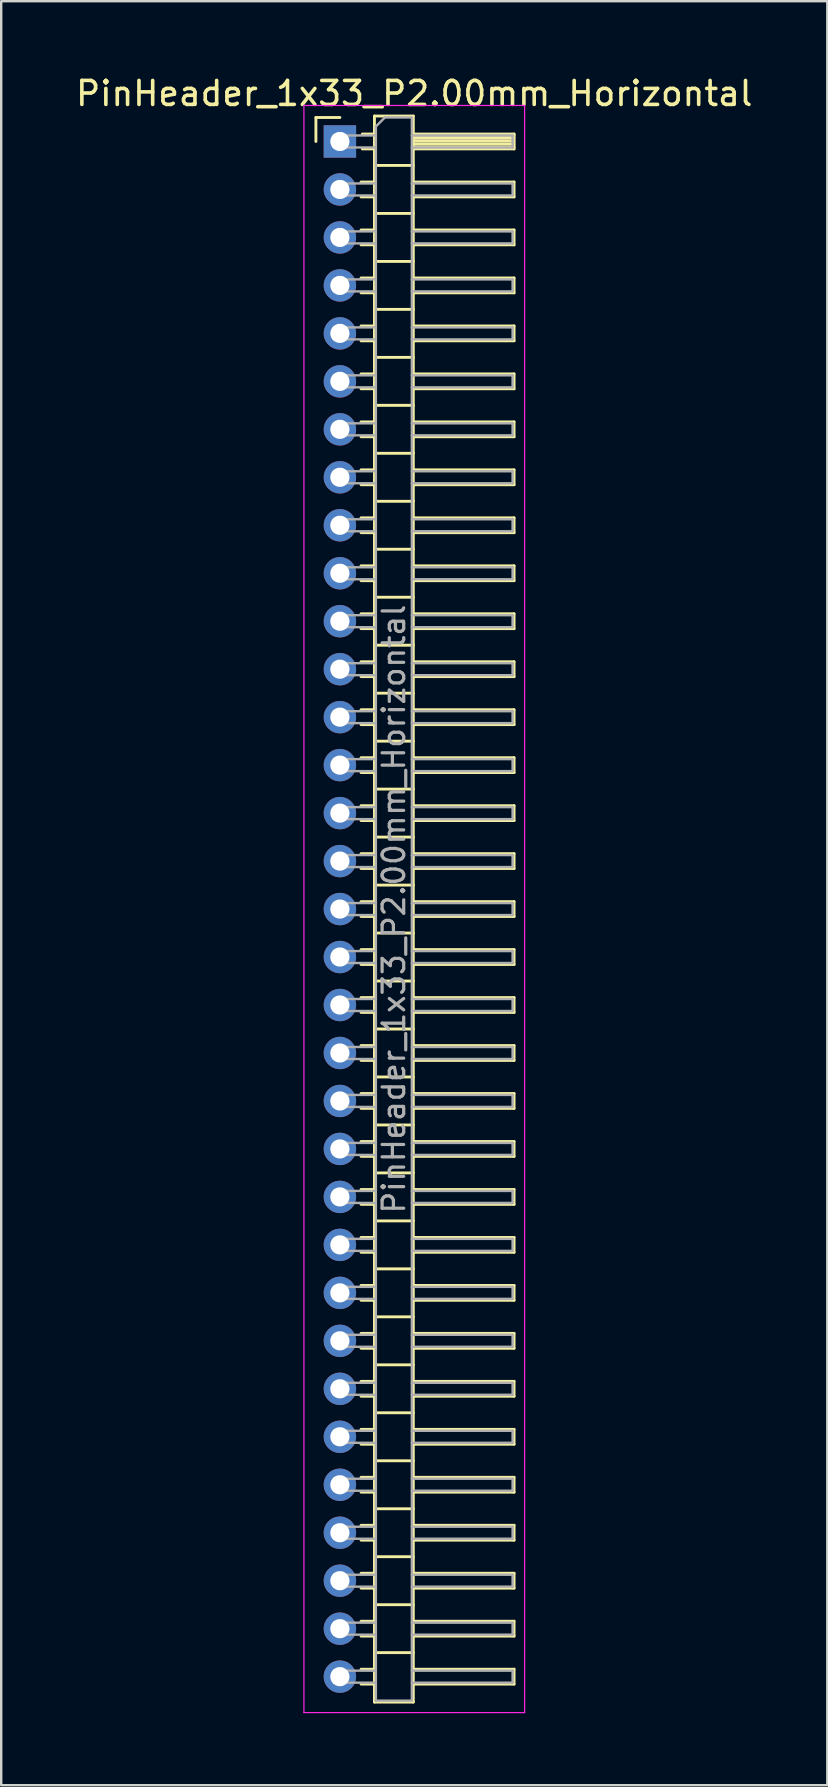
<source format=kicad_pcb>
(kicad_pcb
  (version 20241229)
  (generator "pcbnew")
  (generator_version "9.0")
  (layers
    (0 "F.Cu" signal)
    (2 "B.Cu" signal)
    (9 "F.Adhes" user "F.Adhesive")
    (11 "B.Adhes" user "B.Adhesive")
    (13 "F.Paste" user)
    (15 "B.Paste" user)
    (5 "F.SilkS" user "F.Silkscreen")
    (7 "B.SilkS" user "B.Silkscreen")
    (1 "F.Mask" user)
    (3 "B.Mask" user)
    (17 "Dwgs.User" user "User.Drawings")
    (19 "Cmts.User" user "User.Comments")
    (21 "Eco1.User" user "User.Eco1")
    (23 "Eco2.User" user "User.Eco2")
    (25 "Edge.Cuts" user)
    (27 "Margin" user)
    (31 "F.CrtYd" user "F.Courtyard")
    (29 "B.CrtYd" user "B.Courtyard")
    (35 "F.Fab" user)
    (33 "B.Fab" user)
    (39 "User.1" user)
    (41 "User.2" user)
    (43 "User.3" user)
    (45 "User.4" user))
  (footprint "PinHeader_1x33_P2.00mm_Horizontal"
    (layer "F.Cu")
    (at 11.12 2.848)
    (property "Reference" "PinHeader_1x33_P2.00mm_Horizontal" (at 3.1 -2 0) (layer "F.SilkS") (effects (font (size 1 1) (thickness 0.15))))
    (attr through_hole)
    (fp_line (start -1 -1) (end 0 -1) (stroke (width 0.12) (type solid)) (layer "F.SilkS"))
    (fp_line (start -1 0) (end -1 -1) (stroke (width 0.12) (type solid)) (layer "F.SilkS"))
    (fp_line (start 0.882 1.69) (end 1.44 1.69) (stroke (width 0.12) (type solid)) (layer "F.SilkS"))
    (fp_line (start 0.882 2.31) (end 1.44 2.31) (stroke (width 0.12) (type solid)) (layer "F.SilkS"))
    (fp_line (start 0.882 3.69) (end 1.44 3.69) (stroke (width 0.12) (type solid)) (layer "F.SilkS"))
    (fp_line (start 0.882 4.31) (end 1.44 4.31) (stroke (width 0.12) (type solid)) (layer "F.SilkS"))
    (fp_line (start 0.882 5.69) (end 1.44 5.69) (stroke (width 0.12) (type solid)) (layer "F.SilkS"))
    (fp_line (start 0.882 6.31) (end 1.44 6.31) (stroke (width 0.12) (type solid)) (layer "F.SilkS"))
    (fp_line (start 0.882 7.69) (end 1.44 7.69) (stroke (width 0.12) (type solid)) (layer "F.SilkS"))
    (fp_line (start 0.882 8.31) (end 1.44 8.31) (stroke (width 0.12) (type solid)) (layer "F.SilkS"))
    (fp_line (start 0.882 9.69) (end 1.44 9.69) (stroke (width 0.12) (type solid)) (layer "F.SilkS"))
    (fp_line (start 0.882 10.31) (end 1.44 10.31) (stroke (width 0.12) (type solid)) (layer "F.SilkS"))
    (fp_line (start 0.882 11.69) (end 1.44 11.69) (stroke (width 0.12) (type solid)) (layer "F.SilkS"))
    (fp_line (start 0.882 12.31) (end 1.44 12.31) (stroke (width 0.12) (type solid)) (layer "F.SilkS"))
    (fp_line (start 0.882 13.69) (end 1.44 13.69) (stroke (width 0.12) (type solid)) (layer "F.SilkS"))
    (fp_line (start 0.882 14.31) (end 1.44 14.31) (stroke (width 0.12) (type solid)) (layer "F.SilkS"))
    (fp_line (start 0.882 15.69) (end 1.44 15.69) (stroke (width 0.12) (type solid)) (layer "F.SilkS"))
    (fp_line (start 0.882 16.31) (end 1.44 16.31) (stroke (width 0.12) (type solid)) (layer "F.SilkS"))
    (fp_line (start 0.882 17.69) (end 1.44 17.69) (stroke (width 0.12) (type solid)) (layer "F.SilkS"))
    (fp_line (start 0.882 18.31) (end 1.44 18.31) (stroke (width 0.12) (type solid)) (layer "F.SilkS"))
    (fp_line (start 0.882 19.69) (end 1.44 19.69) (stroke (width 0.12) (type solid)) (layer "F.SilkS"))
    (fp_line (start 0.882 20.31) (end 1.44 20.31) (stroke (width 0.12) (type solid)) (layer "F.SilkS"))
    (fp_line (start 0.882 21.69) (end 1.44 21.69) (stroke (width 0.12) (type solid)) (layer "F.SilkS"))
    (fp_line (start 0.882 22.31) (end 1.44 22.31) (stroke (width 0.12) (type solid)) (layer "F.SilkS"))
    (fp_line (start 0.882 23.69) (end 1.44 23.69) (stroke (width 0.12) (type solid)) (layer "F.SilkS"))
    (fp_line (start 0.882 24.31) (end 1.44 24.31) (stroke (width 0.12) (type solid)) (layer "F.SilkS"))
    (fp_line (start 0.882 25.69) (end 1.44 25.69) (stroke (width 0.12) (type solid)) (layer "F.SilkS"))
    (fp_line (start 0.882 26.31) (end 1.44 26.31) (stroke (width 0.12) (type solid)) (layer "F.SilkS"))
    (fp_line (start 0.882 27.69) (end 1.44 27.69) (stroke (width 0.12) (type solid)) (layer "F.SilkS"))
    (fp_line (start 0.882 28.31) (end 1.44 28.31) (stroke (width 0.12) (type solid)) (layer "F.SilkS"))
    (fp_line (start 0.882 29.69) (end 1.44 29.69) (stroke (width 0.12) (type solid)) (layer "F.SilkS"))
    (fp_line (start 0.882 30.31) (end 1.44 30.31) (stroke (width 0.12) (type solid)) (layer "F.SilkS"))
    (fp_line (start 0.882 31.69) (end 1.44 31.69) (stroke (width 0.12) (type solid)) (layer "F.SilkS"))
    (fp_line (start 0.882 32.31) (end 1.44 32.31) (stroke (width 0.12) (type solid)) (layer "F.SilkS"))
    (fp_line (start 0.882 33.69) (end 1.44 33.69) (stroke (width 0.12) (type solid)) (layer "F.SilkS"))
    (fp_line (start 0.882 34.31) (end 1.44 34.31) (stroke (width 0.12) (type solid)) (layer "F.SilkS"))
    (fp_line (start 0.882 35.69) (end 1.44 35.69) (stroke (width 0.12) (type solid)) (layer "F.SilkS"))
    (fp_line (start 0.882 36.31) (end 1.44 36.31) (stroke (width 0.12) (type solid)) (layer "F.SilkS"))
    (fp_line (start 0.882 37.69) (end 1.44 37.69) (stroke (width 0.12) (type solid)) (layer "F.SilkS"))
    (fp_line (start 0.882 38.31) (end 1.44 38.31) (stroke (width 0.12) (type solid)) (layer "F.SilkS"))
    (fp_line (start 0.882 39.69) (end 1.44 39.69) (stroke (width 0.12) (type solid)) (layer "F.SilkS"))
    (fp_line (start 0.882 40.31) (end 1.44 40.31) (stroke (width 0.12) (type solid)) (layer "F.SilkS"))
    (fp_line (start 0.882 41.69) (end 1.44 41.69) (stroke (width 0.12) (type solid)) (layer "F.SilkS"))
    (fp_line (start 0.882 42.31) (end 1.44 42.31) (stroke (width 0.12) (type solid)) (layer "F.SilkS"))
    (fp_line (start 0.882 43.69) (end 1.44 43.69) (stroke (width 0.12) (type solid)) (layer "F.SilkS"))
    (fp_line (start 0.882 44.31) (end 1.44 44.31) (stroke (width 0.12) (type solid)) (layer "F.SilkS"))
    (fp_line (start 0.882 45.69) (end 1.44 45.69) (stroke (width 0.12) (type solid)) (layer "F.SilkS"))
    (fp_line (start 0.882 46.31) (end 1.44 46.31) (stroke (width 0.12) (type solid)) (layer "F.SilkS"))
    (fp_line (start 0.882 47.69) (end 1.44 47.69) (stroke (width 0.12) (type solid)) (layer "F.SilkS"))
    (fp_line (start 0.882 48.31) (end 1.44 48.31) (stroke (width 0.12) (type solid)) (layer "F.SilkS"))
    (fp_line (start 0.882 49.69) (end 1.44 49.69) (stroke (width 0.12) (type solid)) (layer "F.SilkS"))
    (fp_line (start 0.882 50.31) (end 1.44 50.31) (stroke (width 0.12) (type solid)) (layer "F.SilkS"))
    (fp_line (start 0.882 51.69) (end 1.44 51.69) (stroke (width 0.12) (type solid)) (layer "F.SilkS"))
    (fp_line (start 0.882 52.31) (end 1.44 52.31) (stroke (width 0.12) (type solid)) (layer "F.SilkS"))
    (fp_line (start 0.882 53.69) (end 1.44 53.69) (stroke (width 0.12) (type solid)) (layer "F.SilkS"))
    (fp_line (start 0.882 54.31) (end 1.44 54.31) (stroke (width 0.12) (type solid)) (layer "F.SilkS"))
    (fp_line (start 0.882 55.69) (end 1.44 55.69) (stroke (width 0.12) (type solid)) (layer "F.SilkS"))
    (fp_line (start 0.882 56.31) (end 1.44 56.31) (stroke (width 0.12) (type solid)) (layer "F.SilkS"))
    (fp_line (start 0.882 57.69) (end 1.44 57.69) (stroke (width 0.12) (type solid)) (layer "F.SilkS"))
    (fp_line (start 0.882 58.31) (end 1.44 58.31) (stroke (width 0.12) (type solid)) (layer "F.SilkS"))
    (fp_line (start 0.882 59.69) (end 1.44 59.69) (stroke (width 0.12) (type solid)) (layer "F.SilkS"))
    (fp_line (start 0.882 60.31) (end 1.44 60.31) (stroke (width 0.12) (type solid)) (layer "F.SilkS"))
    (fp_line (start 0.882 61.69) (end 1.44 61.69) (stroke (width 0.12) (type solid)) (layer "F.SilkS"))
    (fp_line (start 0.882 62.31) (end 1.44 62.31) (stroke (width 0.12) (type solid)) (layer "F.SilkS"))
    (fp_line (start 0.882 63.69) (end 1.44 63.69) (stroke (width 0.12) (type solid)) (layer "F.SilkS"))
    (fp_line (start 0.882 64.31) (end 1.44 64.31) (stroke (width 0.12) (type solid)) (layer "F.SilkS"))
    (fp_line (start 0.935 -0.31) (end 1.44 -0.31) (stroke (width 0.12) (type solid)) (layer "F.SilkS"))
    (fp_line (start 0.935 0.31) (end 1.44 0.31) (stroke (width 0.12) (type solid)) (layer "F.SilkS"))
    (fp_line (start 1.44 -1.06) (end 1.44 65.06) (stroke (width 0.12) (type solid)) (layer "F.SilkS"))
    (fp_line (start 1.44 1) (end 3.06 1) (stroke (width 0.12) (type solid)) (layer "F.SilkS"))
    (fp_line (start 1.44 3) (end 3.06 3) (stroke (width 0.12) (type solid)) (layer "F.SilkS"))
    (fp_line (start 1.44 5) (end 3.06 5) (stroke (width 0.12) (type solid)) (layer "F.SilkS"))
    (fp_line (start 1.44 7) (end 3.06 7) (stroke (width 0.12) (type solid)) (layer "F.SilkS"))
    (fp_line (start 1.44 9) (end 3.06 9) (stroke (width 0.12) (type solid)) (layer "F.SilkS"))
    (fp_line (start 1.44 11) (end 3.06 11) (stroke (width 0.12) (type solid)) (layer "F.SilkS"))
    (fp_line (start 1.44 13) (end 3.06 13) (stroke (width 0.12) (type solid)) (layer "F.SilkS"))
    (fp_line (start 1.44 15) (end 3.06 15) (stroke (width 0.12) (type solid)) (layer "F.SilkS"))
    (fp_line (start 1.44 17) (end 3.06 17) (stroke (width 0.12) (type solid)) (layer "F.SilkS"))
    (fp_line (start 1.44 19) (end 3.06 19) (stroke (width 0.12) (type solid)) (layer "F.SilkS"))
    (fp_line (start 1.44 21) (end 3.06 21) (stroke (width 0.12) (type solid)) (layer "F.SilkS"))
    (fp_line (start 1.44 23) (end 3.06 23) (stroke (width 0.12) (type solid)) (layer "F.SilkS"))
    (fp_line (start 1.44 25) (end 3.06 25) (stroke (width 0.12) (type solid)) (layer "F.SilkS"))
    (fp_line (start 1.44 27) (end 3.06 27) (stroke (width 0.12) (type solid)) (layer "F.SilkS"))
    (fp_line (start 1.44 29) (end 3.06 29) (stroke (width 0.12) (type solid)) (layer "F.SilkS"))
    (fp_line (start 1.44 31) (end 3.06 31) (stroke (width 0.12) (type solid)) (layer "F.SilkS"))
    (fp_line (start 1.44 33) (end 3.06 33) (stroke (width 0.12) (type solid)) (layer "F.SilkS"))
    (fp_line (start 1.44 35) (end 3.06 35) (stroke (width 0.12) (type solid)) (layer "F.SilkS"))
    (fp_line (start 1.44 37) (end 3.06 37) (stroke (width 0.12) (type solid)) (layer "F.SilkS"))
    (fp_line (start 1.44 39) (end 3.06 39) (stroke (width 0.12) (type solid)) (layer "F.SilkS"))
    (fp_line (start 1.44 41) (end 3.06 41) (stroke (width 0.12) (type solid)) (layer "F.SilkS"))
    (fp_line (start 1.44 43) (end 3.06 43) (stroke (width 0.12) (type solid)) (layer "F.SilkS"))
    (fp_line (start 1.44 45) (end 3.06 45) (stroke (width 0.12) (type solid)) (layer "F.SilkS"))
    (fp_line (start 1.44 47) (end 3.06 47) (stroke (width 0.12) (type solid)) (layer "F.SilkS"))
    (fp_line (start 1.44 49) (end 3.06 49) (stroke (width 0.12) (type solid)) (layer "F.SilkS"))
    (fp_line (start 1.44 51) (end 3.06 51) (stroke (width 0.12) (type solid)) (layer "F.SilkS"))
    (fp_line (start 1.44 53) (end 3.06 53) (stroke (width 0.12) (type solid)) (layer "F.SilkS"))
    (fp_line (start 1.44 55) (end 3.06 55) (stroke (width 0.12) (type solid)) (layer "F.SilkS"))
    (fp_line (start 1.44 57) (end 3.06 57) (stroke (width 0.12) (type solid)) (layer "F.SilkS"))
    (fp_line (start 1.44 59) (end 3.06 59) (stroke (width 0.12) (type solid)) (layer "F.SilkS"))
    (fp_line (start 1.44 61) (end 3.06 61) (stroke (width 0.12) (type solid)) (layer "F.SilkS"))
    (fp_line (start 1.44 63) (end 3.06 63) (stroke (width 0.12) (type solid)) (layer "F.SilkS"))
    (fp_line (start 1.44 65.06) (end 3.06 65.06) (stroke (width 0.12) (type solid)) (layer "F.SilkS"))
    (fp_line (start 3.06 -1.06) (end 1.44 -1.06) (stroke (width 0.12) (type solid)) (layer "F.SilkS"))
    (fp_line (start 3.06 -0.31) (end 7.26 -0.31) (stroke (width 0.12) (type solid)) (layer "F.SilkS"))
    (fp_line (start 3.06 -0.25) (end 7.26 -0.25) (stroke (width 0.12) (type solid)) (layer "F.SilkS"))
    (fp_line (start 3.06 -0.13) (end 7.26 -0.13) (stroke (width 0.12) (type solid)) (layer "F.SilkS"))
    (fp_line (start 3.06 -0.01) (end 7.26 -0.01) (stroke (width 0.12) (type solid)) (layer "F.SilkS"))
    (fp_line (start 3.06 0.11) (end 7.26 0.11) (stroke (width 0.12) (type solid)) (layer "F.SilkS"))
    (fp_line (start 3.06 0.23) (end 7.26 0.23) (stroke (width 0.12) (type solid)) (layer "F.SilkS"))
    (fp_line (start 3.06 1.69) (end 7.26 1.69) (stroke (width 0.12) (type solid)) (layer "F.SilkS"))
    (fp_line (start 3.06 3.69) (end 7.26 3.69) (stroke (width 0.12) (type solid)) (layer "F.SilkS"))
    (fp_line (start 3.06 5.69) (end 7.26 5.69) (stroke (width 0.12) (type solid)) (layer "F.SilkS"))
    (fp_line (start 3.06 7.69) (end 7.26 7.69) (stroke (width 0.12) (type solid)) (layer "F.SilkS"))
    (fp_line (start 3.06 9.69) (end 7.26 9.69) (stroke (width 0.12) (type solid)) (layer "F.SilkS"))
    (fp_line (start 3.06 11.69) (end 7.26 11.69) (stroke (width 0.12) (type solid)) (layer "F.SilkS"))
    (fp_line (start 3.06 13.69) (end 7.26 13.69) (stroke (width 0.12) (type solid)) (layer "F.SilkS"))
    (fp_line (start 3.06 15.69) (end 7.26 15.69) (stroke (width 0.12) (type solid)) (layer "F.SilkS"))
    (fp_line (start 3.06 17.69) (end 7.26 17.69) (stroke (width 0.12) (type solid)) (layer "F.SilkS"))
    (fp_line (start 3.06 19.69) (end 7.26 19.69) (stroke (width 0.12) (type solid)) (layer "F.SilkS"))
    (fp_line (start 3.06 21.69) (end 7.26 21.69) (stroke (width 0.12) (type solid)) (layer "F.SilkS"))
    (fp_line (start 3.06 23.69) (end 7.26 23.69) (stroke (width 0.12) (type solid)) (layer "F.SilkS"))
    (fp_line (start 3.06 25.69) (end 7.26 25.69) (stroke (width 0.12) (type solid)) (layer "F.SilkS"))
    (fp_line (start 3.06 27.69) (end 7.26 27.69) (stroke (width 0.12) (type solid)) (layer "F.SilkS"))
    (fp_line (start 3.06 29.69) (end 7.26 29.69) (stroke (width 0.12) (type solid)) (layer "F.SilkS"))
    (fp_line (start 3.06 31.69) (end 7.26 31.69) (stroke (width 0.12) (type solid)) (layer "F.SilkS"))
    (fp_line (start 3.06 33.69) (end 7.26 33.69) (stroke (width 0.12) (type solid)) (layer "F.SilkS"))
    (fp_line (start 3.06 35.69) (end 7.26 35.69) (stroke (width 0.12) (type solid)) (layer "F.SilkS"))
    (fp_line (start 3.06 37.69) (end 7.26 37.69) (stroke (width 0.12) (type solid)) (layer "F.SilkS"))
    (fp_line (start 3.06 39.69) (end 7.26 39.69) (stroke (width 0.12) (type solid)) (layer "F.SilkS"))
    (fp_line (start 3.06 41.69) (end 7.26 41.69) (stroke (width 0.12) (type solid)) (layer "F.SilkS"))
    (fp_line (start 3.06 43.69) (end 7.26 43.69) (stroke (width 0.12) (type solid)) (layer "F.SilkS"))
    (fp_line (start 3.06 45.69) (end 7.26 45.69) (stroke (width 0.12) (type solid)) (layer "F.SilkS"))
    (fp_line (start 3.06 47.69) (end 7.26 47.69) (stroke (width 0.12) (type solid)) (layer "F.SilkS"))
    (fp_line (start 3.06 49.69) (end 7.26 49.69) (stroke (width 0.12) (type solid)) (layer "F.SilkS"))
    (fp_line (start 3.06 51.69) (end 7.26 51.69) (stroke (width 0.12) (type solid)) (layer "F.SilkS"))
    (fp_line (start 3.06 53.69) (end 7.26 53.69) (stroke (width 0.12) (type solid)) (layer "F.SilkS"))
    (fp_line (start 3.06 55.69) (end 7.26 55.69) (stroke (width 0.12) (type solid)) (layer "F.SilkS"))
    (fp_line (start 3.06 57.69) (end 7.26 57.69) (stroke (width 0.12) (type solid)) (layer "F.SilkS"))
    (fp_line (start 3.06 59.69) (end 7.26 59.69) (stroke (width 0.12) (type solid)) (layer "F.SilkS"))
    (fp_line (start 3.06 61.69) (end 7.26 61.69) (stroke (width 0.12) (type solid)) (layer "F.SilkS"))
    (fp_line (start 3.06 63.69) (end 7.26 63.69) (stroke (width 0.12) (type solid)) (layer "F.SilkS"))
    (fp_line (start 3.06 65.06) (end 3.06 -1.06) (stroke (width 0.12) (type solid)) (layer "F.SilkS"))
    (fp_line (start 7.26 -0.31) (end 7.26 0.31) (stroke (width 0.12) (type solid)) (layer "F.SilkS"))
    (fp_line (start 7.26 0.31) (end 3.06 0.31) (stroke (width 0.12) (type solid)) (layer "F.SilkS"))
    (fp_line (start 7.26 1.69) (end 7.26 2.31) (stroke (width 0.12) (type solid)) (layer "F.SilkS"))
    (fp_line (start 7.26 2.31) (end 3.06 2.31) (stroke (width 0.12) (type solid)) (layer "F.SilkS"))
    (fp_line (start 7.26 3.69) (end 7.26 4.31) (stroke (width 0.12) (type solid)) (layer "F.SilkS"))
    (fp_line (start 7.26 4.31) (end 3.06 4.31) (stroke (width 0.12) (type solid)) (layer "F.SilkS"))
    (fp_line (start 7.26 5.69) (end 7.26 6.31) (stroke (width 0.12) (type solid)) (layer "F.SilkS"))
    (fp_line (start 7.26 6.31) (end 3.06 6.31) (stroke (width 0.12) (type solid)) (layer "F.SilkS"))
    (fp_line (start 7.26 7.69) (end 7.26 8.31) (stroke (width 0.12) (type solid)) (layer "F.SilkS"))
    (fp_line (start 7.26 8.31) (end 3.06 8.31) (stroke (width 0.12) (type solid)) (layer "F.SilkS"))
    (fp_line (start 7.26 9.69) (end 7.26 10.31) (stroke (width 0.12) (type solid)) (layer "F.SilkS"))
    (fp_line (start 7.26 10.31) (end 3.06 10.31) (stroke (width 0.12) (type solid)) (layer "F.SilkS"))
    (fp_line (start 7.26 11.69) (end 7.26 12.31) (stroke (width 0.12) (type solid)) (layer "F.SilkS"))
    (fp_line (start 7.26 12.31) (end 3.06 12.31) (stroke (width 0.12) (type solid)) (layer "F.SilkS"))
    (fp_line (start 7.26 13.69) (end 7.26 14.31) (stroke (width 0.12) (type solid)) (layer "F.SilkS"))
    (fp_line (start 7.26 14.31) (end 3.06 14.31) (stroke (width 0.12) (type solid)) (layer "F.SilkS"))
    (fp_line (start 7.26 15.69) (end 7.26 16.31) (stroke (width 0.12) (type solid)) (layer "F.SilkS"))
    (fp_line (start 7.26 16.31) (end 3.06 16.31) (stroke (width 0.12) (type solid)) (layer "F.SilkS"))
    (fp_line (start 7.26 17.69) (end 7.26 18.31) (stroke (width 0.12) (type solid)) (layer "F.SilkS"))
    (fp_line (start 7.26 18.31) (end 3.06 18.31) (stroke (width 0.12) (type solid)) (layer "F.SilkS"))
    (fp_line (start 7.26 19.69) (end 7.26 20.31) (stroke (width 0.12) (type solid)) (layer "F.SilkS"))
    (fp_line (start 7.26 20.31) (end 3.06 20.31) (stroke (width 0.12) (type solid)) (layer "F.SilkS"))
    (fp_line (start 7.26 21.69) (end 7.26 22.31) (stroke (width 0.12) (type solid)) (layer "F.SilkS"))
    (fp_line (start 7.26 22.31) (end 3.06 22.31) (stroke (width 0.12) (type solid)) (layer "F.SilkS"))
    (fp_line (start 7.26 23.69) (end 7.26 24.31) (stroke (width 0.12) (type solid)) (layer "F.SilkS"))
    (fp_line (start 7.26 24.31) (end 3.06 24.31) (stroke (width 0.12) (type solid)) (layer "F.SilkS"))
    (fp_line (start 7.26 25.69) (end 7.26 26.31) (stroke (width 0.12) (type solid)) (layer "F.SilkS"))
    (fp_line (start 7.26 26.31) (end 3.06 26.31) (stroke (width 0.12) (type solid)) (layer "F.SilkS"))
    (fp_line (start 7.26 27.69) (end 7.26 28.31) (stroke (width 0.12) (type solid)) (layer "F.SilkS"))
    (fp_line (start 7.26 28.31) (end 3.06 28.31) (stroke (width 0.12) (type solid)) (layer "F.SilkS"))
    (fp_line (start 7.26 29.69) (end 7.26 30.31) (stroke (width 0.12) (type solid)) (layer "F.SilkS"))
    (fp_line (start 7.26 30.31) (end 3.06 30.31) (stroke (width 0.12) (type solid)) (layer "F.SilkS"))
    (fp_line (start 7.26 31.69) (end 7.26 32.31) (stroke (width 0.12) (type solid)) (layer "F.SilkS"))
    (fp_line (start 7.26 32.31) (end 3.06 32.31) (stroke (width 0.12) (type solid)) (layer "F.SilkS"))
    (fp_line (start 7.26 33.69) (end 7.26 34.31) (stroke (width 0.12) (type solid)) (layer "F.SilkS"))
    (fp_line (start 7.26 34.31) (end 3.06 34.31) (stroke (width 0.12) (type solid)) (layer "F.SilkS"))
    (fp_line (start 7.26 35.69) (end 7.26 36.31) (stroke (width 0.12) (type solid)) (layer "F.SilkS"))
    (fp_line (start 7.26 36.31) (end 3.06 36.31) (stroke (width 0.12) (type solid)) (layer "F.SilkS"))
    (fp_line (start 7.26 37.69) (end 7.26 38.31) (stroke (width 0.12) (type solid)) (layer "F.SilkS"))
    (fp_line (start 7.26 38.31) (end 3.06 38.31) (stroke (width 0.12) (type solid)) (layer "F.SilkS"))
    (fp_line (start 7.26 39.69) (end 7.26 40.31) (stroke (width 0.12) (type solid)) (layer "F.SilkS"))
    (fp_line (start 7.26 40.31) (end 3.06 40.31) (stroke (width 0.12) (type solid)) (layer "F.SilkS"))
    (fp_line (start 7.26 41.69) (end 7.26 42.31) (stroke (width 0.12) (type solid)) (layer "F.SilkS"))
    (fp_line (start 7.26 42.31) (end 3.06 42.31) (stroke (width 0.12) (type solid)) (layer "F.SilkS"))
    (fp_line (start 7.26 43.69) (end 7.26 44.31) (stroke (width 0.12) (type solid)) (layer "F.SilkS"))
    (fp_line (start 7.26 44.31) (end 3.06 44.31) (stroke (width 0.12) (type solid)) (layer "F.SilkS"))
    (fp_line (start 7.26 45.69) (end 7.26 46.31) (stroke (width 0.12) (type solid)) (layer "F.SilkS"))
    (fp_line (start 7.26 46.31) (end 3.06 46.31) (stroke (width 0.12) (type solid)) (layer "F.SilkS"))
    (fp_line (start 7.26 47.69) (end 7.26 48.31) (stroke (width 0.12) (type solid)) (layer "F.SilkS"))
    (fp_line (start 7.26 48.31) (end 3.06 48.31) (stroke (width 0.12) (type solid)) (layer "F.SilkS"))
    (fp_line (start 7.26 49.69) (end 7.26 50.31) (stroke (width 0.12) (type solid)) (layer "F.SilkS"))
    (fp_line (start 7.26 50.31) (end 3.06 50.31) (stroke (width 0.12) (type solid)) (layer "F.SilkS"))
    (fp_line (start 7.26 51.69) (end 7.26 52.31) (stroke (width 0.12) (type solid)) (layer "F.SilkS"))
    (fp_line (start 7.26 52.31) (end 3.06 52.31) (stroke (width 0.12) (type solid)) (layer "F.SilkS"))
    (fp_line (start 7.26 53.69) (end 7.26 54.31) (stroke (width 0.12) (type solid)) (layer "F.SilkS"))
    (fp_line (start 7.26 54.31) (end 3.06 54.31) (stroke (width 0.12) (type solid)) (layer "F.SilkS"))
    (fp_line (start 7.26 55.69) (end 7.26 56.31) (stroke (width 0.12) (type solid)) (layer "F.SilkS"))
    (fp_line (start 7.26 56.31) (end 3.06 56.31) (stroke (width 0.12) (type solid)) (layer "F.SilkS"))
    (fp_line (start 7.26 57.69) (end 7.26 58.31) (stroke (width 0.12) (type solid)) (layer "F.SilkS"))
    (fp_line (start 7.26 58.31) (end 3.06 58.31) (stroke (width 0.12) (type solid)) (layer "F.SilkS"))
    (fp_line (start 7.26 59.69) (end 7.26 60.31) (stroke (width 0.12) (type solid)) (layer "F.SilkS"))
    (fp_line (start 7.26 60.31) (end 3.06 60.31) (stroke (width 0.12) (type solid)) (layer "F.SilkS"))
    (fp_line (start 7.26 61.69) (end 7.26 62.31) (stroke (width 0.12) (type solid)) (layer "F.SilkS"))
    (fp_line (start 7.26 62.31) (end 3.06 62.31) (stroke (width 0.12) (type solid)) (layer "F.SilkS"))
    (fp_line (start 7.26 63.69) (end 7.26 64.31) (stroke (width 0.12) (type solid)) (layer "F.SilkS"))
    (fp_line (start 7.26 64.31) (end 3.06 64.31) (stroke (width 0.12) (type solid)) (layer "F.SilkS"))
    (fp_line (start -1.5 -1.5) (end -1.5 65.5) (stroke (width 0.05) (type solid)) (layer "F.CrtYd"))
    (fp_line (start -1.5 65.5) (end 7.7 65.5) (stroke (width 0.05) (type solid)) (layer "F.CrtYd"))
    (fp_line (start 7.7 -1.5) (end -1.5 -1.5) (stroke (width 0.05) (type solid)) (layer "F.CrtYd"))
    (fp_line (start 7.7 65.5) (end 7.7 -1.5) (stroke (width 0.05) (type solid)) (layer "F.CrtYd"))
    (fp_line (start -0.25 -0.25) (end -0.25 0.25) (stroke (width 0.1) (type solid)) (layer "F.Fab"))
    (fp_line (start -0.25 -0.25) (end 1.5 -0.25) (stroke (width 0.1) (type solid)) (layer "F.Fab"))
    (fp_line (start -0.25 0.25) (end 1.5 0.25) (stroke (width 0.1) (type solid)) (layer "F.Fab"))
    (fp_line (start -0.25 1.75) (end -0.25 2.25) (stroke (width 0.1) (type solid)) (layer "F.Fab"))
    (fp_line (start -0.25 1.75) (end 1.5 1.75) (stroke (width 0.1) (type solid)) (layer "F.Fab"))
    (fp_line (start -0.25 2.25) (end 1.5 2.25) (stroke (width 0.1) (type solid)) (layer "F.Fab"))
    (fp_line (start -0.25 3.75) (end -0.25 4.25) (stroke (width 0.1) (type solid)) (layer "F.Fab"))
    (fp_line (start -0.25 3.75) (end 1.5 3.75) (stroke (width 0.1) (type solid)) (layer "F.Fab"))
    (fp_line (start -0.25 4.25) (end 1.5 4.25) (stroke (width 0.1) (type solid)) (layer "F.Fab"))
    (fp_line (start -0.25 5.75) (end -0.25 6.25) (stroke (width 0.1) (type solid)) (layer "F.Fab"))
    (fp_line (start -0.25 5.75) (end 1.5 5.75) (stroke (width 0.1) (type solid)) (layer "F.Fab"))
    (fp_line (start -0.25 6.25) (end 1.5 6.25) (stroke (width 0.1) (type solid)) (layer "F.Fab"))
    (fp_line (start -0.25 7.75) (end -0.25 8.25) (stroke (width 0.1) (type solid)) (layer "F.Fab"))
    (fp_line (start -0.25 7.75) (end 1.5 7.75) (stroke (width 0.1) (type solid)) (layer "F.Fab"))
    (fp_line (start -0.25 8.25) (end 1.5 8.25) (stroke (width 0.1) (type solid)) (layer "F.Fab"))
    (fp_line (start -0.25 9.75) (end -0.25 10.25) (stroke (width 0.1) (type solid)) (layer "F.Fab"))
    (fp_line (start -0.25 9.75) (end 1.5 9.75) (stroke (width 0.1) (type solid)) (layer "F.Fab"))
    (fp_line (start -0.25 10.25) (end 1.5 10.25) (stroke (width 0.1) (type solid)) (layer "F.Fab"))
    (fp_line (start -0.25 11.75) (end -0.25 12.25) (stroke (width 0.1) (type solid)) (layer "F.Fab"))
    (fp_line (start -0.25 11.75) (end 1.5 11.75) (stroke (width 0.1) (type solid)) (layer "F.Fab"))
    (fp_line (start -0.25 12.25) (end 1.5 12.25) (stroke (width 0.1) (type solid)) (layer "F.Fab"))
    (fp_line (start -0.25 13.75) (end -0.25 14.25) (stroke (width 0.1) (type solid)) (layer "F.Fab"))
    (fp_line (start -0.25 13.75) (end 1.5 13.75) (stroke (width 0.1) (type solid)) (layer "F.Fab"))
    (fp_line (start -0.25 14.25) (end 1.5 14.25) (stroke (width 0.1) (type solid)) (layer "F.Fab"))
    (fp_line (start -0.25 15.75) (end -0.25 16.25) (stroke (width 0.1) (type solid)) (layer "F.Fab"))
    (fp_line (start -0.25 15.75) (end 1.5 15.75) (stroke (width 0.1) (type solid)) (layer "F.Fab"))
    (fp_line (start -0.25 16.25) (end 1.5 16.25) (stroke (width 0.1) (type solid)) (layer "F.Fab"))
    (fp_line (start -0.25 17.75) (end -0.25 18.25) (stroke (width 0.1) (type solid)) (layer "F.Fab"))
    (fp_line (start -0.25 17.75) (end 1.5 17.75) (stroke (width 0.1) (type solid)) (layer "F.Fab"))
    (fp_line (start -0.25 18.25) (end 1.5 18.25) (stroke (width 0.1) (type solid)) (layer "F.Fab"))
    (fp_line (start -0.25 19.75) (end -0.25 20.25) (stroke (width 0.1) (type solid)) (layer "F.Fab"))
    (fp_line (start -0.25 19.75) (end 1.5 19.75) (stroke (width 0.1) (type solid)) (layer "F.Fab"))
    (fp_line (start -0.25 20.25) (end 1.5 20.25) (stroke (width 0.1) (type solid)) (layer "F.Fab"))
    (fp_line (start -0.25 21.75) (end -0.25 22.25) (stroke (width 0.1) (type solid)) (layer "F.Fab"))
    (fp_line (start -0.25 21.75) (end 1.5 21.75) (stroke (width 0.1) (type solid)) (layer "F.Fab"))
    (fp_line (start -0.25 22.25) (end 1.5 22.25) (stroke (width 0.1) (type solid)) (layer "F.Fab"))
    (fp_line (start -0.25 23.75) (end -0.25 24.25) (stroke (width 0.1) (type solid)) (layer "F.Fab"))
    (fp_line (start -0.25 23.75) (end 1.5 23.75) (stroke (width 0.1) (type solid)) (layer "F.Fab"))
    (fp_line (start -0.25 24.25) (end 1.5 24.25) (stroke (width 0.1) (type solid)) (layer "F.Fab"))
    (fp_line (start -0.25 25.75) (end -0.25 26.25) (stroke (width 0.1) (type solid)) (layer "F.Fab"))
    (fp_line (start -0.25 25.75) (end 1.5 25.75) (stroke (width 0.1) (type solid)) (layer "F.Fab"))
    (fp_line (start -0.25 26.25) (end 1.5 26.25) (stroke (width 0.1) (type solid)) (layer "F.Fab"))
    (fp_line (start -0.25 27.75) (end -0.25 28.25) (stroke (width 0.1) (type solid)) (layer "F.Fab"))
    (fp_line (start -0.25 27.75) (end 1.5 27.75) (stroke (width 0.1) (type solid)) (layer "F.Fab"))
    (fp_line (start -0.25 28.25) (end 1.5 28.25) (stroke (width 0.1) (type solid)) (layer "F.Fab"))
    (fp_line (start -0.25 29.75) (end -0.25 30.25) (stroke (width 0.1) (type solid)) (layer "F.Fab"))
    (fp_line (start -0.25 29.75) (end 1.5 29.75) (stroke (width 0.1) (type solid)) (layer "F.Fab"))
    (fp_line (start -0.25 30.25) (end 1.5 30.25) (stroke (width 0.1) (type solid)) (layer "F.Fab"))
    (fp_line (start -0.25 31.75) (end -0.25 32.25) (stroke (width 0.1) (type solid)) (layer "F.Fab"))
    (fp_line (start -0.25 31.75) (end 1.5 31.75) (stroke (width 0.1) (type solid)) (layer "F.Fab"))
    (fp_line (start -0.25 32.25) (end 1.5 32.25) (stroke (width 0.1) (type solid)) (layer "F.Fab"))
    (fp_line (start -0.25 33.75) (end -0.25 34.25) (stroke (width 0.1) (type solid)) (layer "F.Fab"))
    (fp_line (start -0.25 33.75) (end 1.5 33.75) (stroke (width 0.1) (type solid)) (layer "F.Fab"))
    (fp_line (start -0.25 34.25) (end 1.5 34.25) (stroke (width 0.1) (type solid)) (layer "F.Fab"))
    (fp_line (start -0.25 35.75) (end -0.25 36.25) (stroke (width 0.1) (type solid)) (layer "F.Fab"))
    (fp_line (start -0.25 35.75) (end 1.5 35.75) (stroke (width 0.1) (type solid)) (layer "F.Fab"))
    (fp_line (start -0.25 36.25) (end 1.5 36.25) (stroke (width 0.1) (type solid)) (layer "F.Fab"))
    (fp_line (start -0.25 37.75) (end -0.25 38.25) (stroke (width 0.1) (type solid)) (layer "F.Fab"))
    (fp_line (start -0.25 37.75) (end 1.5 37.75) (stroke (width 0.1) (type solid)) (layer "F.Fab"))
    (fp_line (start -0.25 38.25) (end 1.5 38.25) (stroke (width 0.1) (type solid)) (layer "F.Fab"))
    (fp_line (start -0.25 39.75) (end -0.25 40.25) (stroke (width 0.1) (type solid)) (layer "F.Fab"))
    (fp_line (start -0.25 39.75) (end 1.5 39.75) (stroke (width 0.1) (type solid)) (layer "F.Fab"))
    (fp_line (start -0.25 40.25) (end 1.5 40.25) (stroke (width 0.1) (type solid)) (layer "F.Fab"))
    (fp_line (start -0.25 41.75) (end -0.25 42.25) (stroke (width 0.1) (type solid)) (layer "F.Fab"))
    (fp_line (start -0.25 41.75) (end 1.5 41.75) (stroke (width 0.1) (type solid)) (layer "F.Fab"))
    (fp_line (start -0.25 42.25) (end 1.5 42.25) (stroke (width 0.1) (type solid)) (layer "F.Fab"))
    (fp_line (start -0.25 43.75) (end -0.25 44.25) (stroke (width 0.1) (type solid)) (layer "F.Fab"))
    (fp_line (start -0.25 43.75) (end 1.5 43.75) (stroke (width 0.1) (type solid)) (layer "F.Fab"))
    (fp_line (start -0.25 44.25) (end 1.5 44.25) (stroke (width 0.1) (type solid)) (layer "F.Fab"))
    (fp_line (start -0.25 45.75) (end -0.25 46.25) (stroke (width 0.1) (type solid)) (layer "F.Fab"))
    (fp_line (start -0.25 45.75) (end 1.5 45.75) (stroke (width 0.1) (type solid)) (layer "F.Fab"))
    (fp_line (start -0.25 46.25) (end 1.5 46.25) (stroke (width 0.1) (type solid)) (layer "F.Fab"))
    (fp_line (start -0.25 47.75) (end -0.25 48.25) (stroke (width 0.1) (type solid)) (layer "F.Fab"))
    (fp_line (start -0.25 47.75) (end 1.5 47.75) (stroke (width 0.1) (type solid)) (layer "F.Fab"))
    (fp_line (start -0.25 48.25) (end 1.5 48.25) (stroke (width 0.1) (type solid)) (layer "F.Fab"))
    (fp_line (start -0.25 49.75) (end -0.25 50.25) (stroke (width 0.1) (type solid)) (layer "F.Fab"))
    (fp_line (start -0.25 49.75) (end 1.5 49.75) (stroke (width 0.1) (type solid)) (layer "F.Fab"))
    (fp_line (start -0.25 50.25) (end 1.5 50.25) (stroke (width 0.1) (type solid)) (layer "F.Fab"))
    (fp_line (start -0.25 51.75) (end -0.25 52.25) (stroke (width 0.1) (type solid)) (layer "F.Fab"))
    (fp_line (start -0.25 51.75) (end 1.5 51.75) (stroke (width 0.1) (type solid)) (layer "F.Fab"))
    (fp_line (start -0.25 52.25) (end 1.5 52.25) (stroke (width 0.1) (type solid)) (layer "F.Fab"))
    (fp_line (start -0.25 53.75) (end -0.25 54.25) (stroke (width 0.1) (type solid)) (layer "F.Fab"))
    (fp_line (start -0.25 53.75) (end 1.5 53.75) (stroke (width 0.1) (type solid)) (layer "F.Fab"))
    (fp_line (start -0.25 54.25) (end 1.5 54.25) (stroke (width 0.1) (type solid)) (layer "F.Fab"))
    (fp_line (start -0.25 55.75) (end -0.25 56.25) (stroke (width 0.1) (type solid)) (layer "F.Fab"))
    (fp_line (start -0.25 55.75) (end 1.5 55.75) (stroke (width 0.1) (type solid)) (layer "F.Fab"))
    (fp_line (start -0.25 56.25) (end 1.5 56.25) (stroke (width 0.1) (type solid)) (layer "F.Fab"))
    (fp_line (start -0.25 57.75) (end -0.25 58.25) (stroke (width 0.1) (type solid)) (layer "F.Fab"))
    (fp_line (start -0.25 57.75) (end 1.5 57.75) (stroke (width 0.1) (type solid)) (layer "F.Fab"))
    (fp_line (start -0.25 58.25) (end 1.5 58.25) (stroke (width 0.1) (type solid)) (layer "F.Fab"))
    (fp_line (start -0.25 59.75) (end -0.25 60.25) (stroke (width 0.1) (type solid)) (layer "F.Fab"))
    (fp_line (start -0.25 59.75) (end 1.5 59.75) (stroke (width 0.1) (type solid)) (layer "F.Fab"))
    (fp_line (start -0.25 60.25) (end 1.5 60.25) (stroke (width 0.1) (type solid)) (layer "F.Fab"))
    (fp_line (start -0.25 61.75) (end -0.25 62.25) (stroke (width 0.1) (type solid)) (layer "F.Fab"))
    (fp_line (start -0.25 61.75) (end 1.5 61.75) (stroke (width 0.1) (type solid)) (layer "F.Fab"))
    (fp_line (start -0.25 62.25) (end 1.5 62.25) (stroke (width 0.1) (type solid)) (layer "F.Fab"))
    (fp_line (start -0.25 63.75) (end -0.25 64.25) (stroke (width 0.1) (type solid)) (layer "F.Fab"))
    (fp_line (start -0.25 63.75) (end 1.5 63.75) (stroke (width 0.1) (type solid)) (layer "F.Fab"))
    (fp_line (start -0.25 64.25) (end 1.5 64.25) (stroke (width 0.1) (type solid)) (layer "F.Fab"))
    (fp_line (start 1.5 -0.625) (end 1.875 -1) (stroke (width 0.1) (type solid)) (layer "F.Fab"))
    (fp_line (start 1.5 65) (end 1.5 -0.625) (stroke (width 0.1) (type solid)) (layer "F.Fab"))
    (fp_line (start 1.875 -1) (end 3 -1) (stroke (width 0.1) (type solid)) (layer "F.Fab"))
    (fp_line (start 3 -1) (end 3 65) (stroke (width 0.1) (type solid)) (layer "F.Fab"))
    (fp_line (start 3 -0.25) (end 7.2 -0.25) (stroke (width 0.1) (type solid)) (layer "F.Fab"))
    (fp_line (start 3 0.25) (end 7.2 0.25) (stroke (width 0.1) (type solid)) (layer "F.Fab"))
    (fp_line (start 3 1.75) (end 7.2 1.75) (stroke (width 0.1) (type solid)) (layer "F.Fab"))
    (fp_line (start 3 2.25) (end 7.2 2.25) (stroke (width 0.1) (type solid)) (layer "F.Fab"))
    (fp_line (start 3 3.75) (end 7.2 3.75) (stroke (width 0.1) (type solid)) (layer "F.Fab"))
    (fp_line (start 3 4.25) (end 7.2 4.25) (stroke (width 0.1) (type solid)) (layer "F.Fab"))
    (fp_line (start 3 5.75) (end 7.2 5.75) (stroke (width 0.1) (type solid)) (layer "F.Fab"))
    (fp_line (start 3 6.25) (end 7.2 6.25) (stroke (width 0.1) (type solid)) (layer "F.Fab"))
    (fp_line (start 3 7.75) (end 7.2 7.75) (stroke (width 0.1) (type solid)) (layer "F.Fab"))
    (fp_line (start 3 8.25) (end 7.2 8.25) (stroke (width 0.1) (type solid)) (layer "F.Fab"))
    (fp_line (start 3 9.75) (end 7.2 9.75) (stroke (width 0.1) (type solid)) (layer "F.Fab"))
    (fp_line (start 3 10.25) (end 7.2 10.25) (stroke (width 0.1) (type solid)) (layer "F.Fab"))
    (fp_line (start 3 11.75) (end 7.2 11.75) (stroke (width 0.1) (type solid)) (layer "F.Fab"))
    (fp_line (start 3 12.25) (end 7.2 12.25) (stroke (width 0.1) (type solid)) (layer "F.Fab"))
    (fp_line (start 3 13.75) (end 7.2 13.75) (stroke (width 0.1) (type solid)) (layer "F.Fab"))
    (fp_line (start 3 14.25) (end 7.2 14.25) (stroke (width 0.1) (type solid)) (layer "F.Fab"))
    (fp_line (start 3 15.75) (end 7.2 15.75) (stroke (width 0.1) (type solid)) (layer "F.Fab"))
    (fp_line (start 3 16.25) (end 7.2 16.25) (stroke (width 0.1) (type solid)) (layer "F.Fab"))
    (fp_line (start 3 17.75) (end 7.2 17.75) (stroke (width 0.1) (type solid)) (layer "F.Fab"))
    (fp_line (start 3 18.25) (end 7.2 18.25) (stroke (width 0.1) (type solid)) (layer "F.Fab"))
    (fp_line (start 3 19.75) (end 7.2 19.75) (stroke (width 0.1) (type solid)) (layer "F.Fab"))
    (fp_line (start 3 20.25) (end 7.2 20.25) (stroke (width 0.1) (type solid)) (layer "F.Fab"))
    (fp_line (start 3 21.75) (end 7.2 21.75) (stroke (width 0.1) (type solid)) (layer "F.Fab"))
    (fp_line (start 3 22.25) (end 7.2 22.25) (stroke (width 0.1) (type solid)) (layer "F.Fab"))
    (fp_line (start 3 23.75) (end 7.2 23.75) (stroke (width 0.1) (type solid)) (layer "F.Fab"))
    (fp_line (start 3 24.25) (end 7.2 24.25) (stroke (width 0.1) (type solid)) (layer "F.Fab"))
    (fp_line (start 3 25.75) (end 7.2 25.75) (stroke (width 0.1) (type solid)) (layer "F.Fab"))
    (fp_line (start 3 26.25) (end 7.2 26.25) (stroke (width 0.1) (type solid)) (layer "F.Fab"))
    (fp_line (start 3 27.75) (end 7.2 27.75) (stroke (width 0.1) (type solid)) (layer "F.Fab"))
    (fp_line (start 3 28.25) (end 7.2 28.25) (stroke (width 0.1) (type solid)) (layer "F.Fab"))
    (fp_line (start 3 29.75) (end 7.2 29.75) (stroke (width 0.1) (type solid)) (layer "F.Fab"))
    (fp_line (start 3 30.25) (end 7.2 30.25) (stroke (width 0.1) (type solid)) (layer "F.Fab"))
    (fp_line (start 3 31.75) (end 7.2 31.75) (stroke (width 0.1) (type solid)) (layer "F.Fab"))
    (fp_line (start 3 32.25) (end 7.2 32.25) (stroke (width 0.1) (type solid)) (layer "F.Fab"))
    (fp_line (start 3 33.75) (end 7.2 33.75) (stroke (width 0.1) (type solid)) (layer "F.Fab"))
    (fp_line (start 3 34.25) (end 7.2 34.25) (stroke (width 0.1) (type solid)) (layer "F.Fab"))
    (fp_line (start 3 35.75) (end 7.2 35.75) (stroke (width 0.1) (type solid)) (layer "F.Fab"))
    (fp_line (start 3 36.25) (end 7.2 36.25) (stroke (width 0.1) (type solid)) (layer "F.Fab"))
    (fp_line (start 3 37.75) (end 7.2 37.75) (stroke (width 0.1) (type solid)) (layer "F.Fab"))
    (fp_line (start 3 38.25) (end 7.2 38.25) (stroke (width 0.1) (type solid)) (layer "F.Fab"))
    (fp_line (start 3 39.75) (end 7.2 39.75) (stroke (width 0.1) (type solid)) (layer "F.Fab"))
    (fp_line (start 3 40.25) (end 7.2 40.25) (stroke (width 0.1) (type solid)) (layer "F.Fab"))
    (fp_line (start 3 41.75) (end 7.2 41.75) (stroke (width 0.1) (type solid)) (layer "F.Fab"))
    (fp_line (start 3 42.25) (end 7.2 42.25) (stroke (width 0.1) (type solid)) (layer "F.Fab"))
    (fp_line (start 3 43.75) (end 7.2 43.75) (stroke (width 0.1) (type solid)) (layer "F.Fab"))
    (fp_line (start 3 44.25) (end 7.2 44.25) (stroke (width 0.1) (type solid)) (layer "F.Fab"))
    (fp_line (start 3 45.75) (end 7.2 45.75) (stroke (width 0.1) (type solid)) (layer "F.Fab"))
    (fp_line (start 3 46.25) (end 7.2 46.25) (stroke (width 0.1) (type solid)) (layer "F.Fab"))
    (fp_line (start 3 47.75) (end 7.2 47.75) (stroke (width 0.1) (type solid)) (layer "F.Fab"))
    (fp_line (start 3 48.25) (end 7.2 48.25) (stroke (width 0.1) (type solid)) (layer "F.Fab"))
    (fp_line (start 3 49.75) (end 7.2 49.75) (stroke (width 0.1) (type solid)) (layer "F.Fab"))
    (fp_line (start 3 50.25) (end 7.2 50.25) (stroke (width 0.1) (type solid)) (layer "F.Fab"))
    (fp_line (start 3 51.75) (end 7.2 51.75) (stroke (width 0.1) (type solid)) (layer "F.Fab"))
    (fp_line (start 3 52.25) (end 7.2 52.25) (stroke (width 0.1) (type solid)) (layer "F.Fab"))
    (fp_line (start 3 53.75) (end 7.2 53.75) (stroke (width 0.1) (type solid)) (layer "F.Fab"))
    (fp_line (start 3 54.25) (end 7.2 54.25) (stroke (width 0.1) (type solid)) (layer "F.Fab"))
    (fp_line (start 3 55.75) (end 7.2 55.75) (stroke (width 0.1) (type solid)) (layer "F.Fab"))
    (fp_line (start 3 56.25) (end 7.2 56.25) (stroke (width 0.1) (type solid)) (layer "F.Fab"))
    (fp_line (start 3 57.75) (end 7.2 57.75) (stroke (width 0.1) (type solid)) (layer "F.Fab"))
    (fp_line (start 3 58.25) (end 7.2 58.25) (stroke (width 0.1) (type solid)) (layer "F.Fab"))
    (fp_line (start 3 59.75) (end 7.2 59.75) (stroke (width 0.1) (type solid)) (layer "F.Fab"))
    (fp_line (start 3 60.25) (end 7.2 60.25) (stroke (width 0.1) (type solid)) (layer "F.Fab"))
    (fp_line (start 3 61.75) (end 7.2 61.75) (stroke (width 0.1) (type solid)) (layer "F.Fab"))
    (fp_line (start 3 62.25) (end 7.2 62.25) (stroke (width 0.1) (type solid)) (layer "F.Fab"))
    (fp_line (start 3 63.75) (end 7.2 63.75) (stroke (width 0.1) (type solid)) (layer "F.Fab"))
    (fp_line (start 3 64.25) (end 7.2 64.25) (stroke (width 0.1) (type solid)) (layer "F.Fab"))
    (fp_line (start 3 65) (end 1.5 65) (stroke (width 0.1) (type solid)) (layer "F.Fab"))
    (fp_line (start 7.2 -0.25) (end 7.2 0.25) (stroke (width 0.1) (type solid)) (layer "F.Fab"))
    (fp_line (start 7.2 1.75) (end 7.2 2.25) (stroke (width 0.1) (type solid)) (layer "F.Fab"))
    (fp_line (start 7.2 3.75) (end 7.2 4.25) (stroke (width 0.1) (type solid)) (layer "F.Fab"))
    (fp_line (start 7.2 5.75) (end 7.2 6.25) (stroke (width 0.1) (type solid)) (layer "F.Fab"))
    (fp_line (start 7.2 7.75) (end 7.2 8.25) (stroke (width 0.1) (type solid)) (layer "F.Fab"))
    (fp_line (start 7.2 9.75) (end 7.2 10.25) (stroke (width 0.1) (type solid)) (layer "F.Fab"))
    (fp_line (start 7.2 11.75) (end 7.2 12.25) (stroke (width 0.1) (type solid)) (layer "F.Fab"))
    (fp_line (start 7.2 13.75) (end 7.2 14.25) (stroke (width 0.1) (type solid)) (layer "F.Fab"))
    (fp_line (start 7.2 15.75) (end 7.2 16.25) (stroke (width 0.1) (type solid)) (layer "F.Fab"))
    (fp_line (start 7.2 17.75) (end 7.2 18.25) (stroke (width 0.1) (type solid)) (layer "F.Fab"))
    (fp_line (start 7.2 19.75) (end 7.2 20.25) (stroke (width 0.1) (type solid)) (layer "F.Fab"))
    (fp_line (start 7.2 21.75) (end 7.2 22.25) (stroke (width 0.1) (type solid)) (layer "F.Fab"))
    (fp_line (start 7.2 23.75) (end 7.2 24.25) (stroke (width 0.1) (type solid)) (layer "F.Fab"))
    (fp_line (start 7.2 25.75) (end 7.2 26.25) (stroke (width 0.1) (type solid)) (layer "F.Fab"))
    (fp_line (start 7.2 27.75) (end 7.2 28.25) (stroke (width 0.1) (type solid)) (layer "F.Fab"))
    (fp_line (start 7.2 29.75) (end 7.2 30.25) (stroke (width 0.1) (type solid)) (layer "F.Fab"))
    (fp_line (start 7.2 31.75) (end 7.2 32.25) (stroke (width 0.1) (type solid)) (layer "F.Fab"))
    (fp_line (start 7.2 33.75) (end 7.2 34.25) (stroke (width 0.1) (type solid)) (layer "F.Fab"))
    (fp_line (start 7.2 35.75) (end 7.2 36.25) (stroke (width 0.1) (type solid)) (layer "F.Fab"))
    (fp_line (start 7.2 37.75) (end 7.2 38.25) (stroke (width 0.1) (type solid)) (layer "F.Fab"))
    (fp_line (start 7.2 39.75) (end 7.2 40.25) (stroke (width 0.1) (type solid)) (layer "F.Fab"))
    (fp_line (start 7.2 41.75) (end 7.2 42.25) (stroke (width 0.1) (type solid)) (layer "F.Fab"))
    (fp_line (start 7.2 43.75) (end 7.2 44.25) (stroke (width 0.1) (type solid)) (layer "F.Fab"))
    (fp_line (start 7.2 45.75) (end 7.2 46.25) (stroke (width 0.1) (type solid)) (layer "F.Fab"))
    (fp_line (start 7.2 47.75) (end 7.2 48.25) (stroke (width 0.1) (type solid)) (layer "F.Fab"))
    (fp_line (start 7.2 49.75) (end 7.2 50.25) (stroke (width 0.1) (type solid)) (layer "F.Fab"))
    (fp_line (start 7.2 51.75) (end 7.2 52.25) (stroke (width 0.1) (type solid)) (layer "F.Fab"))
    (fp_line (start 7.2 53.75) (end 7.2 54.25) (stroke (width 0.1) (type solid)) (layer "F.Fab"))
    (fp_line (start 7.2 55.75) (end 7.2 56.25) (stroke (width 0.1) (type solid)) (layer "F.Fab"))
    (fp_line (start 7.2 57.75) (end 7.2 58.25) (stroke (width 0.1) (type solid)) (layer "F.Fab"))
    (fp_line (start 7.2 59.75) (end 7.2 60.25) (stroke (width 0.1) (type solid)) (layer "F.Fab"))
    (fp_line (start 7.2 61.75) (end 7.2 62.25) (stroke (width 0.1) (type solid)) (layer "F.Fab"))
    (fp_line (start 7.2 63.75) (end 7.2 64.25) (stroke (width 0.1) (type solid)) (layer "F.Fab"))
    (fp_text user "${REFERENCE}" (at 2.25 32 90) (layer "F.Fab") (effects (font (size 0.9 0.9) (thickness 0.135))))
    (pad "1" thru_hole rect (at 0 0) (size 1.35 1.35) (drill 0.8) (layers "*.Cu" "*.Mask"))
    (pad "2" thru_hole oval (at 0 2) (size 1.35 1.35) (drill 0.8) (layers "*.Cu" "*.Mask"))
    (pad "3" thru_hole oval (at 0 4) (size 1.35 1.35) (drill 0.8) (layers "*.Cu" "*.Mask"))
    (pad "4" thru_hole oval (at 0 6) (size 1.35 1.35) (drill 0.8) (layers "*.Cu" "*.Mask"))
    (pad "5" thru_hole oval (at 0 8) (size 1.35 1.35) (drill 0.8) (layers "*.Cu" "*.Mask"))
    (pad "6" thru_hole oval (at 0 10) (size 1.35 1.35) (drill 0.8) (layers "*.Cu" "*.Mask"))
    (pad "7" thru_hole oval (at 0 12) (size 1.35 1.35) (drill 0.8) (layers "*.Cu" "*.Mask"))
    (pad "8" thru_hole oval (at 0 14) (size 1.35 1.35) (drill 0.8) (layers "*.Cu" "*.Mask"))
    (pad "9" thru_hole oval (at 0 16) (size 1.35 1.35) (drill 0.8) (layers "*.Cu" "*.Mask"))
    (pad "10" thru_hole oval (at 0 18) (size 1.35 1.35) (drill 0.8) (layers "*.Cu" "*.Mask"))
    (pad "11" thru_hole oval (at 0 20) (size 1.35 1.35) (drill 0.8) (layers "*.Cu" "*.Mask"))
    (pad "12" thru_hole oval (at 0 22) (size 1.35 1.35) (drill 0.8) (layers "*.Cu" "*.Mask"))
    (pad "13" thru_hole oval (at 0 24) (size 1.35 1.35) (drill 0.8) (layers "*.Cu" "*.Mask"))
    (pad "14" thru_hole oval (at 0 26) (size 1.35 1.35) (drill 0.8) (layers "*.Cu" "*.Mask"))
    (pad "15" thru_hole oval (at 0 28) (size 1.35 1.35) (drill 0.8) (layers "*.Cu" "*.Mask"))
    (pad "16" thru_hole oval (at 0 30) (size 1.35 1.35) (drill 0.8) (layers "*.Cu" "*.Mask"))
    (pad "17" thru_hole oval (at 0 32) (size 1.35 1.35) (drill 0.8) (layers "*.Cu" "*.Mask"))
    (pad "18" thru_hole oval (at 0 34) (size 1.35 1.35) (drill 0.8) (layers "*.Cu" "*.Mask"))
    (pad "19" thru_hole oval (at 0 36) (size 1.35 1.35) (drill 0.8) (layers "*.Cu" "*.Mask"))
    (pad "20" thru_hole oval (at 0 38) (size 1.35 1.35) (drill 0.8) (layers "*.Cu" "*.Mask"))
    (pad "21" thru_hole oval (at 0 40) (size 1.35 1.35) (drill 0.8) (layers "*.Cu" "*.Mask"))
    (pad "22" thru_hole oval (at 0 42) (size 1.35 1.35) (drill 0.8) (layers "*.Cu" "*.Mask"))
    (pad "23" thru_hole oval (at 0 44) (size 1.35 1.35) (drill 0.8) (layers "*.Cu" "*.Mask"))
    (pad "24" thru_hole oval (at 0 46) (size 1.35 1.35) (drill 0.8) (layers "*.Cu" "*.Mask"))
    (pad "25" thru_hole oval (at 0 48) (size 1.35 1.35) (drill 0.8) (layers "*.Cu" "*.Mask"))
    (pad "26" thru_hole oval (at 0 50) (size 1.35 1.35) (drill 0.8) (layers "*.Cu" "*.Mask"))
    (pad "27" thru_hole oval (at 0 52) (size 1.35 1.35) (drill 0.8) (layers "*.Cu" "*.Mask"))
    (pad "28" thru_hole oval (at 0 54) (size 1.35 1.35) (drill 0.8) (layers "*.Cu" "*.Mask"))
    (pad "29" thru_hole oval (at 0 56) (size 1.35 1.35) (drill 0.8) (layers "*.Cu" "*.Mask"))
    (pad "30" thru_hole oval (at 0 58) (size 1.35 1.35) (drill 0.8) (layers "*.Cu" "*.Mask"))
    (pad "31" thru_hole oval (at 0 60) (size 1.35 1.35) (drill 0.8) (layers "*.Cu" "*.Mask"))
    (pad "32" thru_hole oval (at 0 62) (size 1.35 1.35) (drill 0.8) (layers "*.Cu" "*.Mask"))
    (pad "33" thru_hole oval (at 0 64) (size 1.35 1.35) (drill 0.8) (layers "*.Cu" "*.Mask")))
  (gr_rect
    (start -3 -3)
    (end 31.44 71.373)
    (stroke (width 0.1) (type default))
    (fill no)
    (layer "Edge.Cuts")))
</source>
